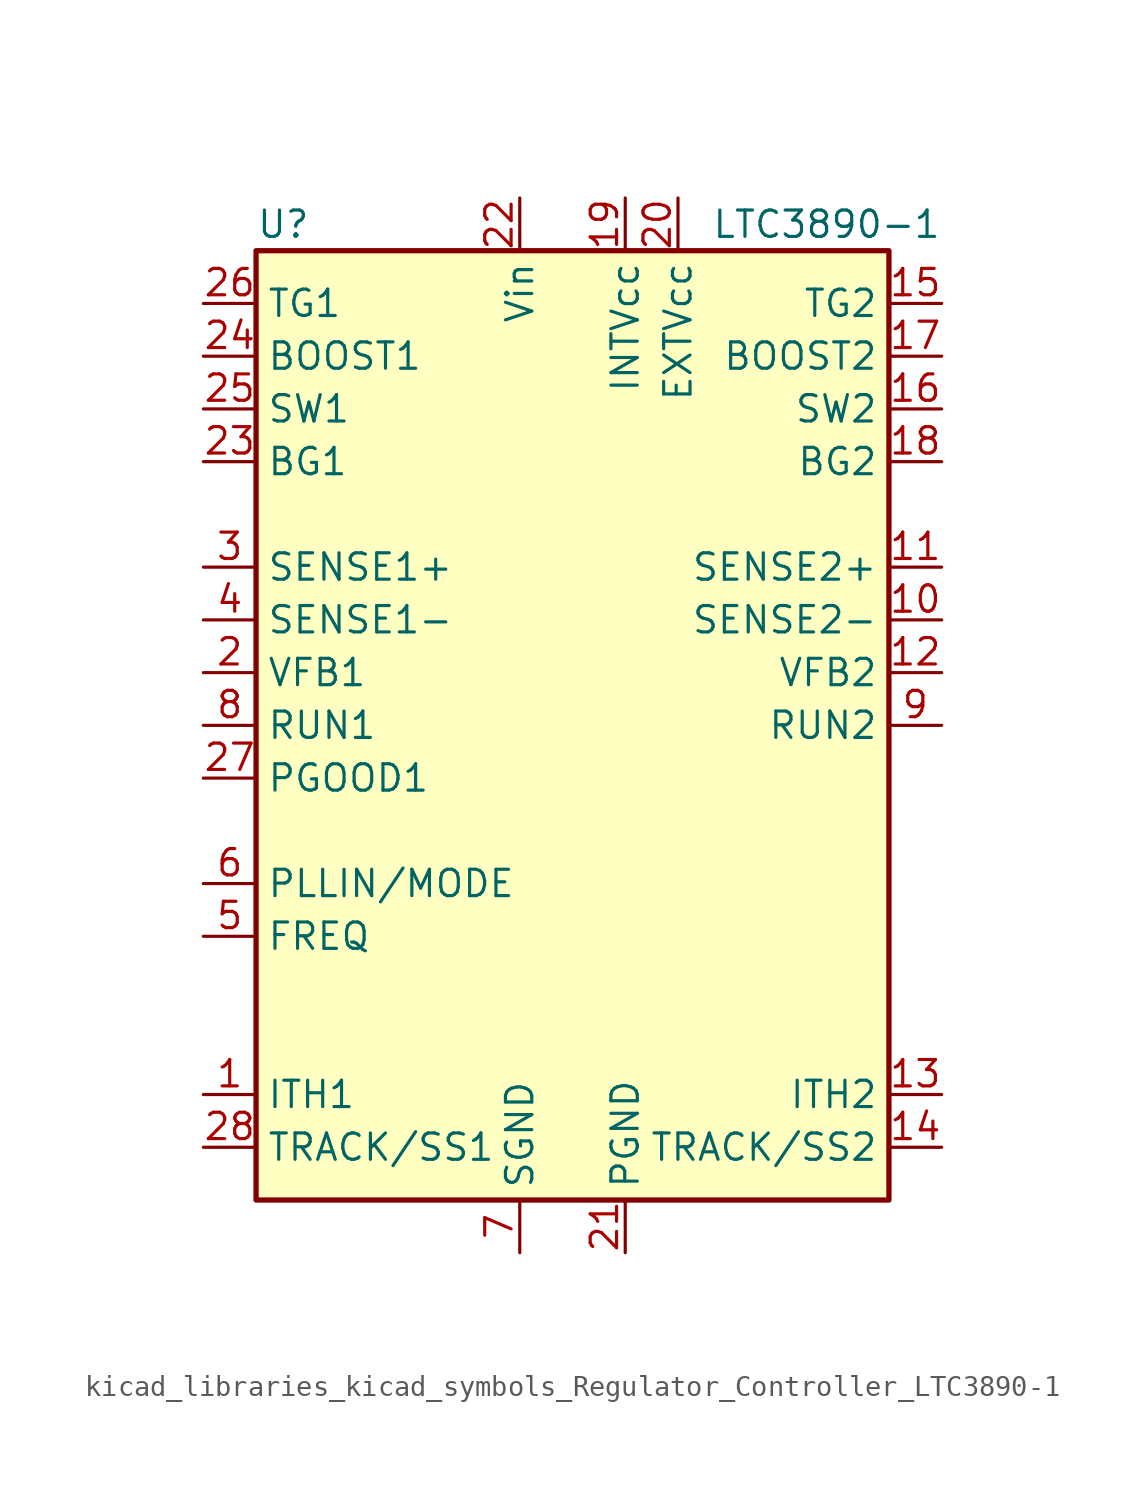
<source format=kicad_sym>
(kicad_symbol_lib
  (version 20220914)
  (generator kicad_symbol_editor)
  (symbol "kicad_libraries_kicad_symbols_Regulator_Controller_LTC3890-1"
    (property "Reference" "U"
      (at -15.24 24.13 0)
      (effects (font (size 1.27 1.27)) (justify left)))
    (property "Value" "LTC3890-1"
      (at 17.78 24.13 0)
      (effects (font (size 1.27 1.27)) (justify right)))
    (symbol "kicad_libraries_kicad_symbols_Regulator_Controller_LTC3890-1_0_1"
      (rectangle (start -15.24 22.86) (end 15.24 -22.86) (stroke (width 0.254) (type default)) (fill (type background))))
    (symbol "kicad_libraries_kicad_symbols_Regulator_Controller_LTC3890-1_1_1"
      (pin passive line (at -17.78 -17.78 0) (length 2.54) (name "ITH1" (effects (font (size 1.27 1.27)))) (number "1" (effects (font (size 1.27 1.27)))))
      (pin input line (at 17.78 5.08 180) (length 2.54) (name "SENSE2-" (effects (font (size 1.27 1.27)))) (number "10" (effects (font (size 1.27 1.27)))))
      (pin input line (at 17.78 7.62 180) (length 2.54) (name "SENSE2+" (effects (font (size 1.27 1.27)))) (number "11" (effects (font (size 1.27 1.27)))))
      (pin input line (at 17.78 2.54 180) (length 2.54) (name "VFB2" (effects (font (size 1.27 1.27)))) (number "12" (effects (font (size 1.27 1.27)))))
      (pin passive line (at 17.78 -17.78 180) (length 2.54) (name "ITH2" (effects (font (size 1.27 1.27)))) (number "13" (effects (font (size 1.27 1.27)))))
      (pin input line (at 17.78 -20.32 180) (length 2.54) (name "TRACK/SS2" (effects (font (size 1.27 1.27)))) (number "14" (effects (font (size 1.27 1.27)))))
      (pin output line (at 17.78 20.32 180) (length 2.54) (name "TG2" (effects (font (size 1.27 1.27)))) (number "15" (effects (font (size 1.27 1.27)))))
      (pin output line (at 17.78 15.24 180) (length 2.54) (name "SW2" (effects (font (size 1.27 1.27)))) (number "16" (effects (font (size 1.27 1.27)))))
      (pin output line (at 17.78 17.78 180) (length 2.54) (name "BOOST2" (effects (font (size 1.27 1.27)))) (number "17" (effects (font (size 1.27 1.27)))))
      (pin output line (at 17.78 12.7 180) (length 2.54) (name "BG2" (effects (font (size 1.27 1.27)))) (number "18" (effects (font (size 1.27 1.27)))))
      (pin power_out line (at 2.54 25.4 270) (length 2.54) (name "INTVcc" (effects (font (size 1.27 1.27)))) (number "19" (effects (font (size 1.27 1.27)))))
      (pin input line (at -17.78 2.54 0) (length 2.54) (name "VFB1" (effects (font (size 1.27 1.27)))) (number "2" (effects (font (size 1.27 1.27)))))
      (pin power_in line (at 5.08 25.4 270) (length 2.54) (name "EXTVcc" (effects (font (size 1.27 1.27)))) (number "20" (effects (font (size 1.27 1.27)))))
      (pin power_in line (at 2.54 -25.4 90) (length 2.54) (name "PGND" (effects (font (size 1.27 1.27)))) (number "21" (effects (font (size 1.27 1.27)))))
      (pin power_in line (at -2.54 25.4 270) (length 2.54) (name "Vin" (effects (font (size 1.27 1.27)))) (number "22" (effects (font (size 1.27 1.27)))))
      (pin output line (at -17.78 12.7 0) (length 2.54) (name "BG1" (effects (font (size 1.27 1.27)))) (number "23" (effects (font (size 1.27 1.27)))))
      (pin output line (at -17.78 17.78 0) (length 2.54) (name "BOOST1" (effects (font (size 1.27 1.27)))) (number "24" (effects (font (size 1.27 1.27)))))
      (pin output line (at -17.78 15.24 0) (length 2.54) (name "SW1" (effects (font (size 1.27 1.27)))) (number "25" (effects (font (size 1.27 1.27)))))
      (pin output line (at -17.78 20.32 0) (length 2.54) (name "TG1" (effects (font (size 1.27 1.27)))) (number "26" (effects (font (size 1.27 1.27)))))
      (pin output line (at -17.78 -2.54 0) (length 2.54) (name "PGOOD1" (effects (font (size 1.27 1.27)))) (number "27" (effects (font (size 1.27 1.27)))))
      (pin input line (at -17.78 -20.32 0) (length 2.54) (name "TRACK/SS1" (effects (font (size 1.27 1.27)))) (number "28" (effects (font (size 1.27 1.27)))))
      (pin input line (at -17.78 7.62 0) (length 2.54) (name "SENSE1+" (effects (font (size 1.27 1.27)))) (number "3" (effects (font (size 1.27 1.27)))))
      (pin input line (at -17.78 5.08 0) (length 2.54) (name "SENSE1-" (effects (font (size 1.27 1.27)))) (number "4" (effects (font (size 1.27 1.27)))))
      (pin input line (at -17.78 -10.16 0) (length 2.54) (name "FREQ" (effects (font (size 1.27 1.27)))) (number "5" (effects (font (size 1.27 1.27)))))
      (pin input line (at -17.78 -7.62 0) (length 2.54) (name "PLLIN/MODE" (effects (font (size 1.27 1.27)))) (number "6" (effects (font (size 1.27 1.27)))))
      (pin power_in line (at -2.54 -25.4 90) (length 2.54) (name "SGND" (effects (font (size 1.27 1.27)))) (number "7" (effects (font (size 1.27 1.27)))))
      (pin input line (at -17.78 0 0) (length 2.54) (name "RUN1" (effects (font (size 1.27 1.27)))) (number "8" (effects (font (size 1.27 1.27)))))
      (pin input line (at 17.78 0 180) (length 2.54) (name "RUN2" (effects (font (size 1.27 1.27)))) (number "9" (effects (font (size 1.27 1.27))))))))
</source>
